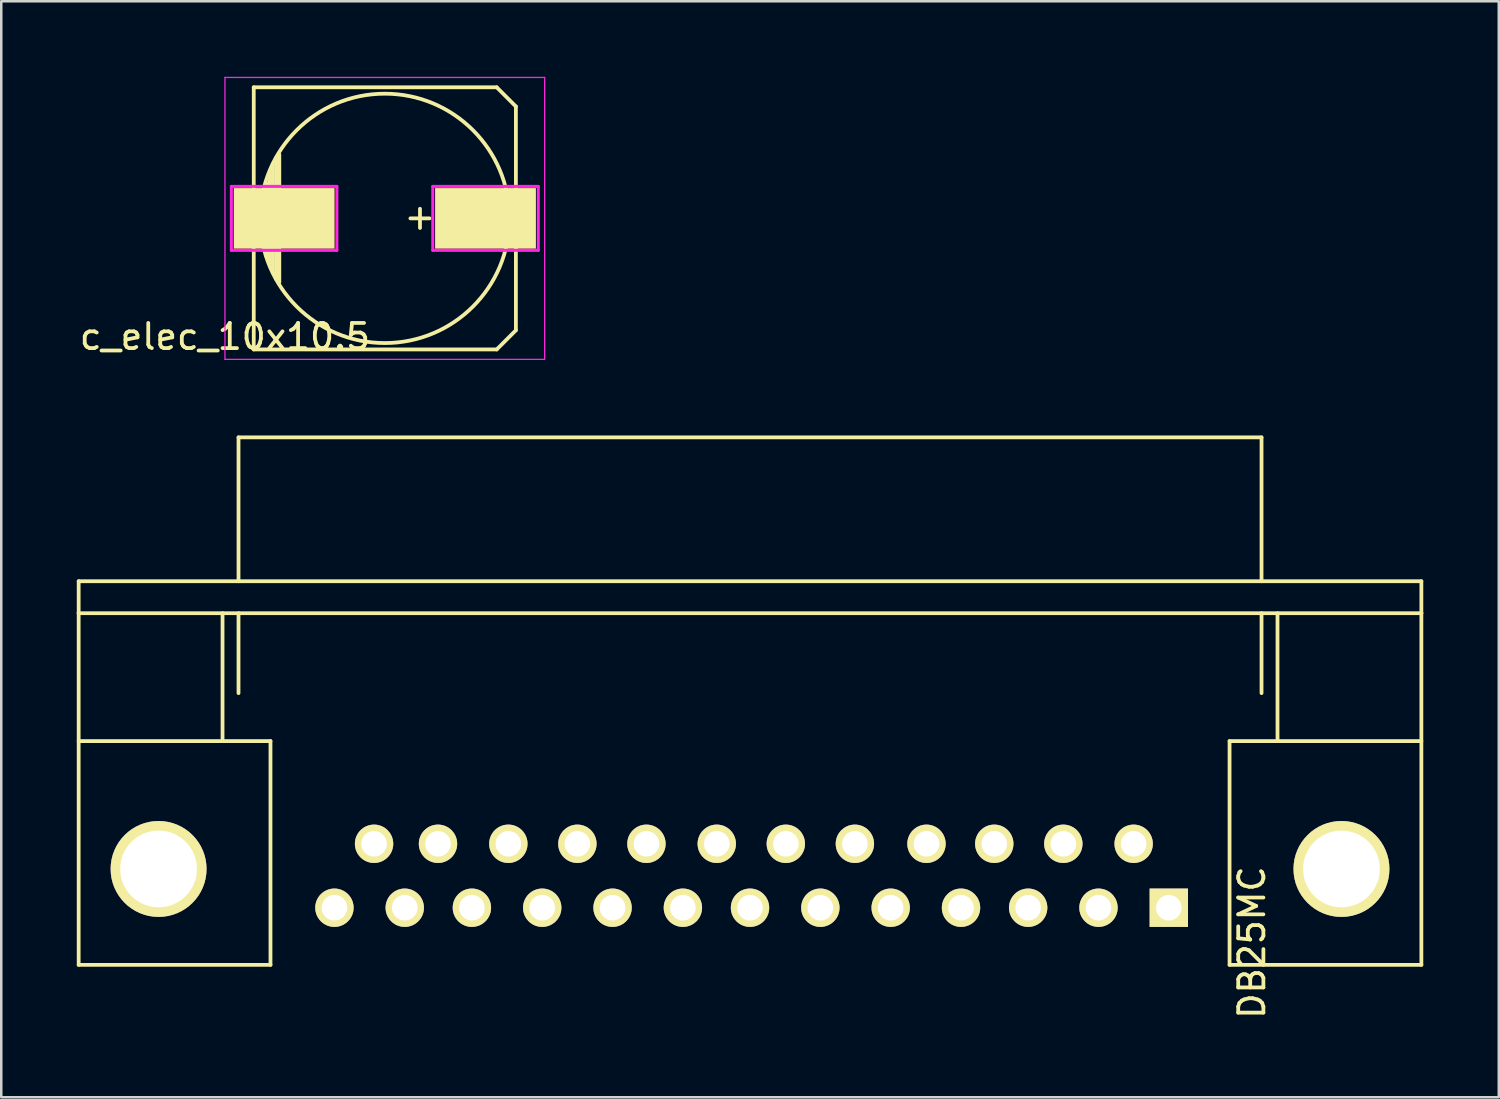
<source format=kicad_pcb>
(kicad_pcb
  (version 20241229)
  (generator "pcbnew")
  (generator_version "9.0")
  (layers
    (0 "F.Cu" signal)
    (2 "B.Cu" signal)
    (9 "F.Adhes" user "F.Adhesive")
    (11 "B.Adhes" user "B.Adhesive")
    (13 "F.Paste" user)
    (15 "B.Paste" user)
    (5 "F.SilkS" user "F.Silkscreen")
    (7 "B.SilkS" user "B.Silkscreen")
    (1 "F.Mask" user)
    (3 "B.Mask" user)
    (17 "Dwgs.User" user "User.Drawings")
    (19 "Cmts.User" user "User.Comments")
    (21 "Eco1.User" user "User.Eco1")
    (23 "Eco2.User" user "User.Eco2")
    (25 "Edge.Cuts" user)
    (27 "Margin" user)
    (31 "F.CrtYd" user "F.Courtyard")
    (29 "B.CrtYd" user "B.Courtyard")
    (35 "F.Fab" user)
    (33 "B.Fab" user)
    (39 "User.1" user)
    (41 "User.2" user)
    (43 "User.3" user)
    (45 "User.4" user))
  (footprint "c_elec_10x10.5"
    (layer "F.Cu")
    (at 12.237 5.625)
    (property "Reference" "c_elec_10x10.5" (at -6.35 4.699 0) (layer "F.SilkS") (effects (font (size 1 1) (thickness 0.15))))
    (attr smd)
    (fp_line (start -5.207 -5.207) (end -5.207 5.207) (stroke (width 0.15) (type solid)) (layer "F.SilkS"))
    (fp_line (start -5.207 5.207) (end 4.445 5.207) (stroke (width 0.15) (type solid)) (layer "F.SilkS"))
    (fp_line (start -4.826 1.016) (end -4.826 -1.016) (stroke (width 0.15) (type solid)) (layer "F.SilkS"))
    (fp_line (start -4.699 -1.397) (end -4.699 1.524) (stroke (width 0.15) (type solid)) (layer "F.SilkS"))
    (fp_line (start -4.572 1.778) (end -4.572 -1.778) (stroke (width 0.15) (type solid)) (layer "F.SilkS"))
    (fp_line (start -4.445 -2.159) (end -4.445 2.159) (stroke (width 0.15) (type solid)) (layer "F.SilkS"))
    (fp_line (start -4.318 2.413) (end -4.318 -2.413) (stroke (width 0.15) (type solid)) (layer "F.SilkS"))
    (fp_line (start -4.191 -2.54) (end -4.191 2.54) (stroke (width 0.15) (type solid)) (layer "F.SilkS"))
    (fp_line (start 1.397 -0.381) (end 1.397 0.381) (stroke (width 0.15) (type solid)) (layer "F.SilkS"))
    (fp_line (start 1.778 0) (end 1.016 0) (stroke (width 0.15) (type solid)) (layer "F.SilkS"))
    (fp_line (start 4.445 -5.207) (end -5.207 -5.207) (stroke (width 0.15) (type solid)) (layer "F.SilkS"))
    (fp_line (start 4.445 5.207) (end 5.207 4.445) (stroke (width 0.15) (type solid)) (layer "F.SilkS"))
    (fp_line (start 5.207 -4.445) (end 4.445 -5.207) (stroke (width 0.15) (type solid)) (layer "F.SilkS"))
    (fp_line (start 5.207 4.445) (end 5.207 -4.445) (stroke (width 0.15) (type solid)) (layer "F.SilkS"))
    (fp_circle (center 0 0) (end 4.953 0) (stroke (width 0.15) (type solid)) (fill no) (layer "F.SilkS"))
    (fp_line (start -6.35 -5.6) (end 6.35 -5.6) (stroke (width 0.05) (type solid)) (layer "F.CrtYd"))
    (fp_line (start -6.35 5.6) (end -6.35 -5.6) (stroke (width 0.05) (type solid)) (layer "F.CrtYd"))
    (fp_line (start -6.096 -1.27) (end -1.905 -1.27) (stroke (width 0.12) (type solid)) (layer "F.CrtYd"))
    (fp_line (start -6.096 1.27) (end -6.096 -1.27) (stroke (width 0.12) (type solid)) (layer "F.CrtYd"))
    (fp_line (start -1.905 -1.27) (end -1.905 1.27) (stroke (width 0.12) (type solid)) (layer "F.CrtYd"))
    (fp_line (start -1.905 1.27) (end -6.096 1.27) (stroke (width 0.12) (type solid)) (layer "F.CrtYd"))
    (fp_line (start 1.905 -1.27) (end 1.905 1.27) (stroke (width 0.12) (type solid)) (layer "F.CrtYd"))
    (fp_line (start 1.905 1.27) (end 6.096 1.27) (stroke (width 0.12) (type solid)) (layer "F.CrtYd"))
    (fp_line (start 6.096 -1.27) (end 1.905 -1.27) (stroke (width 0.12) (type solid)) (layer "F.CrtYd"))
    (fp_line (start 6.096 1.27) (end 6.096 -1.27) (stroke (width 0.12) (type solid)) (layer "F.CrtYd"))
    (fp_line (start 6.35 -5.6) (end 6.35 5.6) (stroke (width 0.05) (type solid)) (layer "F.CrtYd"))
    (fp_line (start 6.35 5.6) (end -6.35 5.6) (stroke (width 0.05) (type solid)) (layer "F.CrtYd"))
    (pad "1" smd rect (at 4 0) (size 4 2.4) (layers "F.Cu" "F.Mask" "F.SilkS" "F.Paste"))
    (pad "2" smd rect (at -4 0) (size 4 2.4) (layers "F.Cu" "F.Mask" "F.SilkS" "F.Paste")))
  (footprint "DB25MC"
    (layer "F.Cu")
    (at 26.745 32.74)
    (property "Reference" "DB25MC" (at 19.939 1.651 90) (layer "F.SilkS") (effects (font (size 1 1) (thickness 0.15))))
    (attr through_hole)
    (fp_line (start -26.67 -12.7) (end -26.67 -11.43) (stroke (width 0.15) (type solid)) (layer "F.SilkS"))
    (fp_line (start -26.67 -11.43) (end 26.67 -11.43) (stroke (width 0.15) (type solid)) (layer "F.SilkS"))
    (fp_line (start -26.67 -6.35) (end -19.05 -6.35) (stroke (width 0.15) (type solid)) (layer "F.SilkS"))
    (fp_line (start -26.67 2.54) (end -26.67 -11.43) (stroke (width 0.15) (type solid)) (layer "F.SilkS"))
    (fp_line (start -26.67 2.54) (end -19.05 2.54) (stroke (width 0.15) (type solid)) (layer "F.SilkS"))
    (fp_line (start -20.955 -11.43) (end -20.955 -6.35) (stroke (width 0.15) (type solid)) (layer "F.SilkS"))
    (fp_line (start -20.32 -18.415) (end -20.32 -12.7) (stroke (width 0.15) (type solid)) (layer "F.SilkS"))
    (fp_line (start -20.32 -18.415) (end 20.32 -18.415) (stroke (width 0.15) (type solid)) (layer "F.SilkS"))
    (fp_line (start -20.32 -8.255) (end -20.32 -11.43) (stroke (width 0.15) (type solid)) (layer "F.SilkS"))
    (fp_line (start -19.05 -6.35) (end -19.05 2.54) (stroke (width 0.15) (type solid)) (layer "F.SilkS"))
    (fp_line (start 19.05 -6.35) (end 19.05 2.54) (stroke (width 0.15) (type solid)) (layer "F.SilkS"))
    (fp_line (start 19.05 2.54) (end 26.67 2.54) (stroke (width 0.15) (type solid)) (layer "F.SilkS"))
    (fp_line (start 20.32 -18.415) (end 20.32 -12.7) (stroke (width 0.15) (type solid)) (layer "F.SilkS"))
    (fp_line (start 20.32 -8.255) (end 20.32 -11.43) (stroke (width 0.15) (type solid)) (layer "F.SilkS"))
    (fp_line (start 20.955 -11.43) (end 20.955 -6.35) (stroke (width 0.15) (type solid)) (layer "F.SilkS"))
    (fp_line (start 26.67 -12.7) (end -26.67 -12.7) (stroke (width 0.15) (type solid)) (layer "F.SilkS"))
    (fp_line (start 26.67 -11.43) (end 26.67 -12.7) (stroke (width 0.15) (type solid)) (layer "F.SilkS"))
    (fp_line (start 26.67 -11.43) (end 26.67 2.54) (stroke (width 0.15) (type solid)) (layer "F.SilkS"))
    (fp_line (start 26.67 -6.35) (end 19.05 -6.35) (stroke (width 0.15) (type solid)) (layer "F.SilkS"))
    (pad "" thru_hole circle (at -23.495 -1.27) (size 3.81 3.81) (drill 3.048) (layers "*.Cu" "*.Mask" "F.SilkS"))
    (pad "" thru_hole circle (at 23.495 -1.27) (size 3.81 3.81) (drill 3.048) (layers "*.Cu" "*.Mask" "F.SilkS"))
    (pad "1" thru_hole rect (at 16.637 0.27) (size 1.524 1.524) (drill 1.016) (layers "*.Cu" "*.Mask" "F.SilkS"))
    (pad "2" thru_hole circle (at 13.843 0.27) (size 1.524 1.524) (drill 1.016) (layers "*.Cu" "*.Mask" "F.SilkS"))
    (pad "3" thru_hole circle (at 11.049 0.27) (size 1.524 1.524) (drill 1.016) (layers "*.Cu" "*.Mask" "F.SilkS"))
    (pad "4" thru_hole circle (at 8.382 0.27) (size 1.524 1.524) (drill 1.016) (layers "*.Cu" "*.Mask" "F.SilkS"))
    (pad "5" thru_hole circle (at 5.588 0.27) (size 1.524 1.524) (drill 1.016) (layers "*.Cu" "*.Mask" "F.SilkS"))
    (pad "6" thru_hole circle (at 2.794 0.27) (size 1.524 1.524) (drill 1.016) (layers "*.Cu" "*.Mask" "F.SilkS"))
    (pad "7" thru_hole circle (at 0 0.27) (size 1.524 1.524) (drill 1.016) (layers "*.Cu" "*.Mask" "F.SilkS"))
    (pad "8" thru_hole circle (at -2.667 0.27) (size 1.524 1.524) (drill 1.016) (layers "*.Cu" "*.Mask" "F.SilkS"))
    (pad "9" thru_hole circle (at -5.461 0.27) (size 1.524 1.524) (drill 1.016) (layers "*.Cu" "*.Mask" "F.SilkS"))
    (pad "10" thru_hole circle (at -8.255 0.27) (size 1.524 1.524) (drill 1.016) (layers "*.Cu" "*.Mask" "F.SilkS"))
    (pad "11" thru_hole circle (at -11.049 0.27) (size 1.524 1.524) (drill 1.016) (layers "*.Cu" "*.Mask" "F.SilkS"))
    (pad "12" thru_hole circle (at -13.716 0.27) (size 1.524 1.524) (drill 1.016) (layers "*.Cu" "*.Mask" "F.SilkS"))
    (pad "13" thru_hole circle (at -16.51 0.27) (size 1.524 1.524) (drill 1.016) (layers "*.Cu" "*.Mask" "F.SilkS"))
    (pad "14" thru_hole circle (at 15.24 -2.27) (size 1.524 1.524) (drill 1.016) (layers "*.Cu" "*.Mask" "F.SilkS"))
    (pad "15" thru_hole circle (at 12.446 -2.27) (size 1.524 1.524) (drill 1.016) (layers "*.Cu" "*.Mask" "F.SilkS"))
    (pad "16" thru_hole circle (at 9.703 -2.27) (size 1.524 1.524) (drill 1.016) (layers "*.Cu" "*.Mask" "F.SilkS"))
    (pad "17" thru_hole circle (at 7.01 -2.27) (size 1.524 1.524) (drill 1.016) (layers "*.Cu" "*.Mask" "F.SilkS"))
    (pad "18" thru_hole circle (at 4.166 -2.27) (size 1.524 1.524) (drill 1.016) (layers "*.Cu" "*.Mask" "F.SilkS"))
    (pad "19" thru_hole circle (at 1.422 -2.27) (size 1.524 1.524) (drill 1.016) (layers "*.Cu" "*.Mask" "F.SilkS"))
    (pad "20" thru_hole circle (at -1.321 -2.27) (size 1.524 1.524) (drill 1.016) (layers "*.Cu" "*.Mask" "F.SilkS"))
    (pad "21" thru_hole circle (at -4.115 -2.27) (size 1.524 1.524) (drill 1.016) (layers "*.Cu" "*.Mask" "F.SilkS"))
    (pad "22" thru_hole circle (at -6.858 -2.27) (size 1.524 1.524) (drill 1.016) (layers "*.Cu" "*.Mask" "F.SilkS"))
    (pad "23" thru_hole circle (at -9.601 -2.27) (size 1.524 1.524) (drill 1.016) (layers "*.Cu" "*.Mask" "F.SilkS"))
    (pad "24" thru_hole circle (at -12.395 -2.27) (size 1.524 1.524) (drill 1.016) (layers "*.Cu" "*.Mask" "F.SilkS"))
    (pad "25" thru_hole circle (at -14.935 -2.27) (size 1.524 1.524) (drill 1.016) (layers "*.Cu" "*.Mask" "F.SilkS")))
  (gr_rect
    (start -3 -3)
    (end 56.49 40.54)
    (stroke (width 0.1) (type default))
    (fill no)
    (layer "Edge.Cuts")))
</source>
